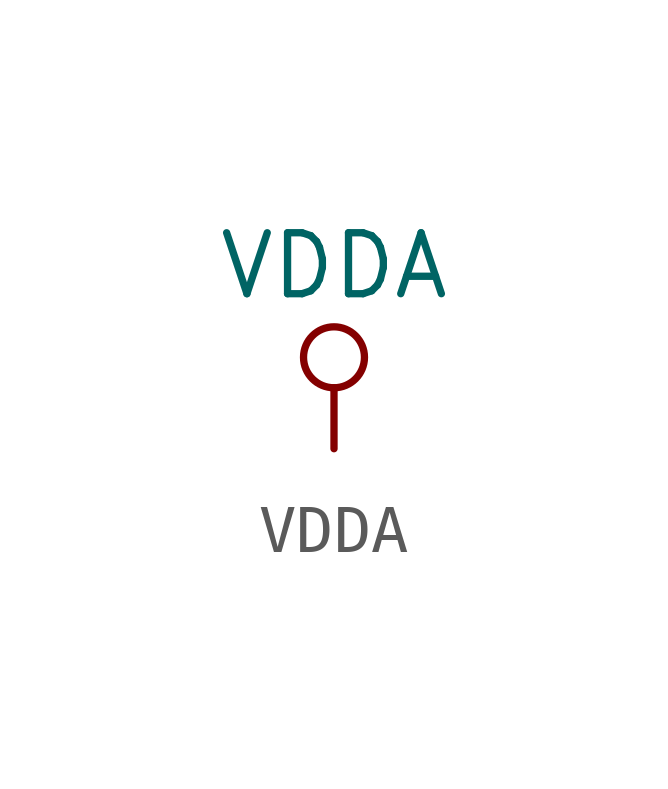
<source format=kicad_sym>
(kicad_symbol_lib
  (version 20211014)
  (generator kicad_symbol_editor)
  (symbol "VDDA"
    (power)
    (pin_names
      (offset 0))
    (property "Reference" "#PWR"
      (at 0 -3.81 0)
      (effects (font (size 1.27 1.27)) hide))
    (property "Value" "VDDA"
      (at 0 3.81 0)
      (effects (font (size 1.27 1.27))))
    (property "Footprint" ""
      (at 0 0 0)
      (effects (font (size 1.27 1.27))))
    (property "Datasheet" ""
      (at 0 0 0)
      (effects (font (size 1.27 1.27))))
    (symbol "VDDA_0_1"
      (polyline (pts (xy 0 0) (xy 0 1.27)) (stroke (width 0) (type default) (color 0 0 0 0)) (fill (type none)))
      (circle (center 0 1.905) (radius 0.635) (stroke (width 0) (type default) (color 0 0 0 0)) (fill (type none))))
    (symbol "VDDA_1_1"
      (pin power_in line (at 0 0 90) (length 0) hide (name "VDDA" (effects (font (size 1.27 1.27)))) (number "1" (effects (font (size 1.27 1.27))))))))
</source>
